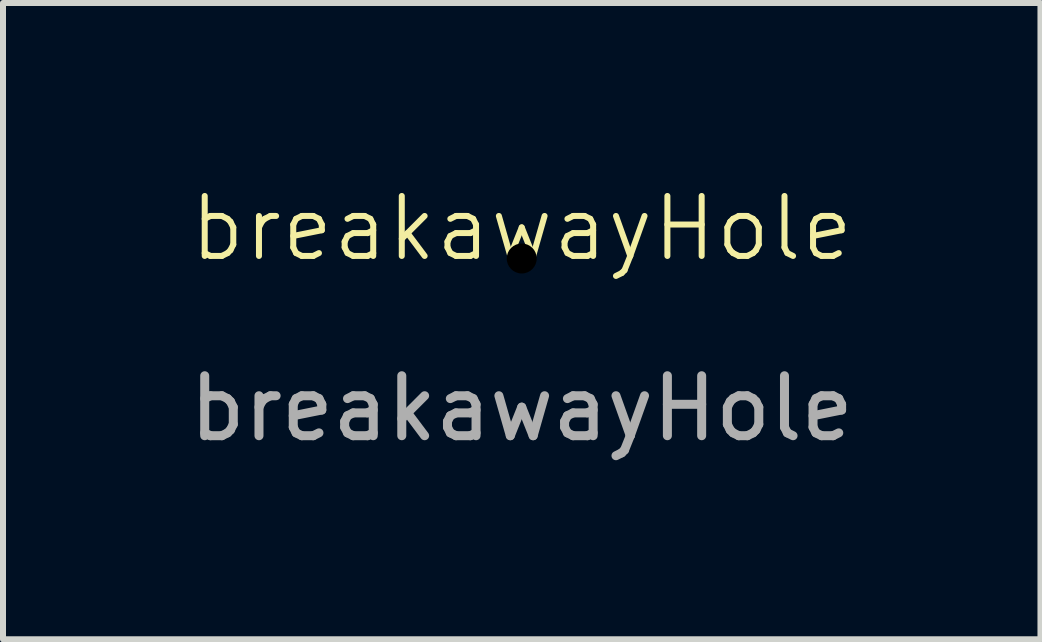
<source format=kicad_pcb>
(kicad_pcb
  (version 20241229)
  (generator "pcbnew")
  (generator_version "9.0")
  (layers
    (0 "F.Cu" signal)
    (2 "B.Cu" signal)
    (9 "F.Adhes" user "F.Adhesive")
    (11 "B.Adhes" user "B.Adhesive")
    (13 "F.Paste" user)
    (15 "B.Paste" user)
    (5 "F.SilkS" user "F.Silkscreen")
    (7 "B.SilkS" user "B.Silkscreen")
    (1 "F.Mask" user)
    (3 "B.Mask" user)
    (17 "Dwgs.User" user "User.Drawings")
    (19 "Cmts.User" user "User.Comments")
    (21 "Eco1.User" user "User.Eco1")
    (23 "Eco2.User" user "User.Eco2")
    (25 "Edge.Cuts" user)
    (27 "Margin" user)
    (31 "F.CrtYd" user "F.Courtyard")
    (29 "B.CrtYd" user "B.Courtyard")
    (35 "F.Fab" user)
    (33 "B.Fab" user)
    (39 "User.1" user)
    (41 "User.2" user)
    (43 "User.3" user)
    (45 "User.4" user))
  (footprint "breakawayHole"
    (layer "F.Cu")
    (at 5.649 1.26)
    (property "Reference" "breakawayHole" (at 0 -0.5 0) (unlocked yes) (layer "F.SilkS") (effects (font (size 1 1) (thickness 0.1))))
    (attr through_hole)
    (fp_text user "${REFERENCE}" (at 0 2.5 0) (unlocked yes) (layer "F.Fab") (effects (font (size 1 1) (thickness 0.15))))
    (pad "" np_thru_hole circle (at 0 0) (size 0.5 0.5) (drill 0.5) (layers "*.Mask")))
  (gr_rect
    (start -3 -3)
    (end 14.298 7.609)
    (stroke (width 0.1) (type default))
    (fill no)
    (layer "Edge.Cuts")))
</source>
